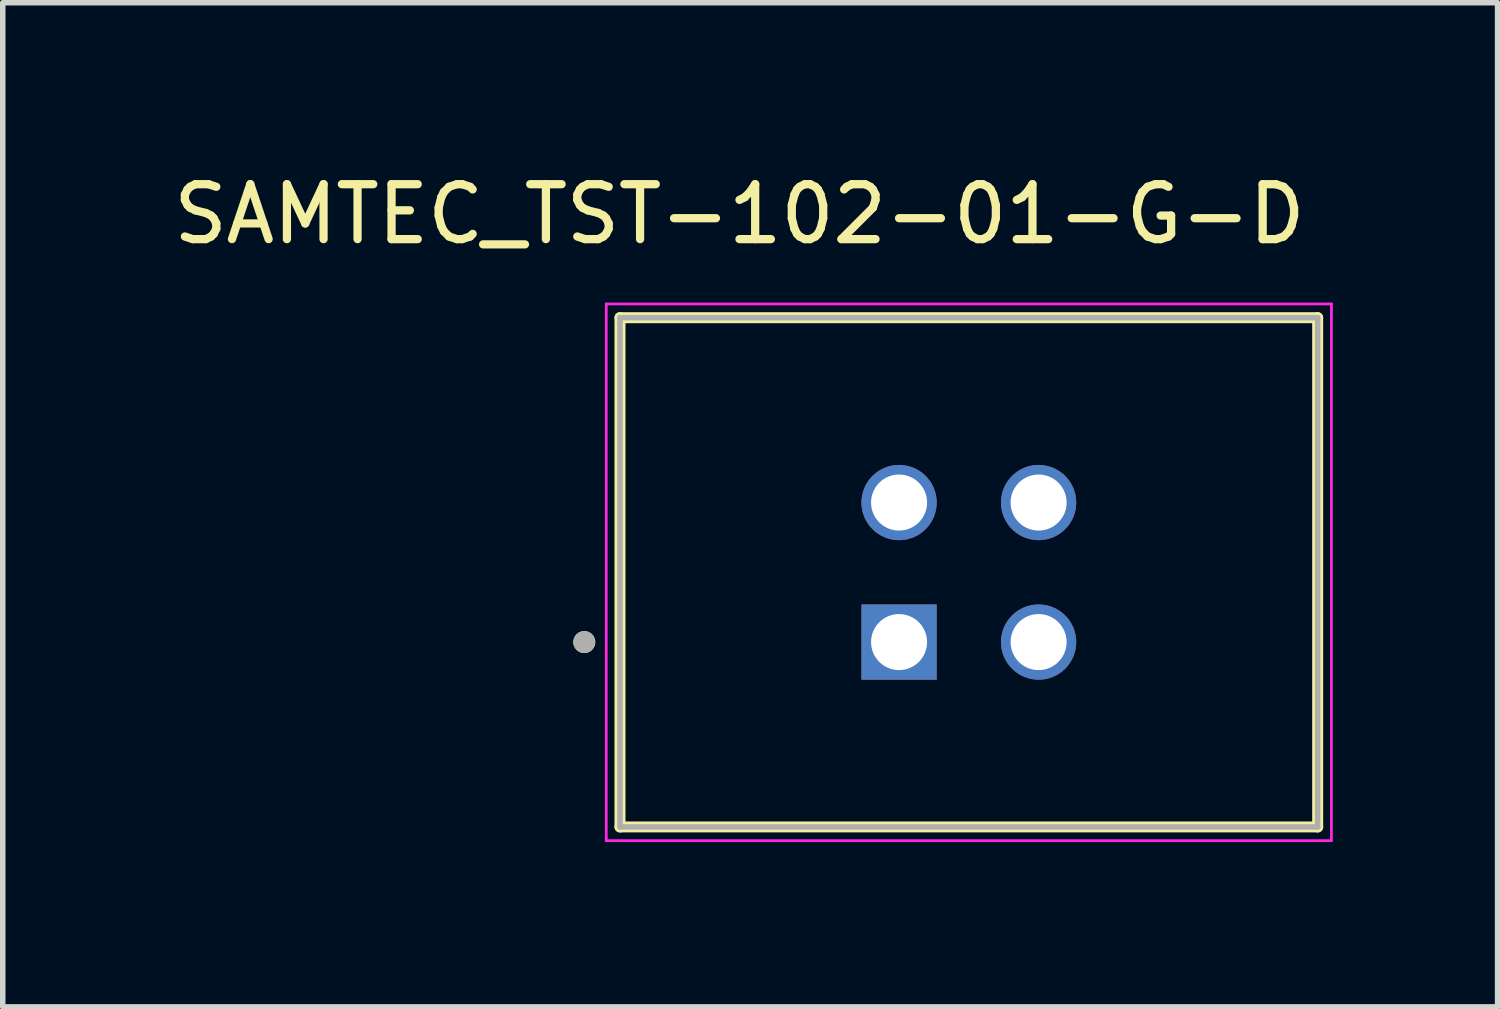
<source format=kicad_pcb>
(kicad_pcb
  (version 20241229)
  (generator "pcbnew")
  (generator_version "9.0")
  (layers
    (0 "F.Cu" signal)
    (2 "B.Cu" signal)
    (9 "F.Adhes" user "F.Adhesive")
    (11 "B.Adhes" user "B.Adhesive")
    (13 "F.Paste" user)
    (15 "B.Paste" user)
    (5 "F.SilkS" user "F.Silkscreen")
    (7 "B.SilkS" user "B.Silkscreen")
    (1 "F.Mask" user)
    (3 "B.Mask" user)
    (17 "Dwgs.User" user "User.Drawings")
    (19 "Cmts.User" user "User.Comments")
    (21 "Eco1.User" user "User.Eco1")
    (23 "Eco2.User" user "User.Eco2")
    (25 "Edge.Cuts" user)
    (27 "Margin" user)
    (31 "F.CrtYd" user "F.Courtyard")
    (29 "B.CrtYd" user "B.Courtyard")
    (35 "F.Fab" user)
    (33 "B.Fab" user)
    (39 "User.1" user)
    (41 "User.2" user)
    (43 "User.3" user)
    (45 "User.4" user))
  (footprint "SAMTEC_TST-102-01-G-D"
    (layer "F.Cu")
    (at 13.316 8.638)
    (property "Reference" "SAMTEC_TST-102-01-G-D" (at -2.905 -7.79 0) (layer "F.SilkS") (effects (font (size 1 1) (thickness 0.15))))
    (attr through_hole)
    (fp_line (start -5.08 3.365) (end -5.08 -5.905) (stroke (width 0.2) (type solid)) (layer "F.SilkS"))
    (fp_line (start 7.62 -5.905) (end -5.08 -5.905) (stroke (width 0.2) (type solid)) (layer "F.SilkS"))
    (fp_line (start 7.62 -5.905) (end 7.62 3.365) (stroke (width 0.2) (type solid)) (layer "F.SilkS"))
    (fp_line (start 7.62 3.365) (end -5.08 3.365) (stroke (width 0.2) (type solid)) (layer "F.SilkS"))
    (fp_circle (center -5.73 0) (end -5.63 0) (stroke (width 0.2) (type solid)) (fill no) (layer "F.SilkS"))
    (fp_line (start -5.33 -6.155) (end 7.87 -6.155) (stroke (width 0.05) (type solid)) (layer "F.CrtYd"))
    (fp_line (start -5.33 3.615) (end -5.33 -6.155) (stroke (width 0.05) (type solid)) (layer "F.CrtYd"))
    (fp_line (start 7.87 -6.155) (end 7.87 3.615) (stroke (width 0.05) (type solid)) (layer "F.CrtYd"))
    (fp_line (start 7.87 3.615) (end -5.33 3.615) (stroke (width 0.05) (type solid)) (layer "F.CrtYd"))
    (fp_line (start -5.08 -5.905) (end 7.62 -5.905) (stroke (width 0.1) (type solid)) (layer "F.Fab"))
    (fp_line (start -5.08 3.365) (end -5.08 -5.905) (stroke (width 0.1) (type solid)) (layer "F.Fab"))
    (fp_line (start 7.62 -5.905) (end 7.62 3.365) (stroke (width 0.1) (type solid)) (layer "F.Fab"))
    (fp_line (start 7.62 3.365) (end -5.08 3.365) (stroke (width 0.1) (type solid)) (layer "F.Fab"))
    (fp_circle (center -5.73 0) (end -5.63 0) (stroke (width 0.2) (type solid)) (fill no) (layer "F.Fab"))
    (pad "01" thru_hole rect (at 0 0) (size 1.37 1.37) (drill 1.02) (layers "*.Cu" "*.Mask"))
    (pad "02" thru_hole circle (at 0 -2.54) (size 1.37 1.37) (drill 1.02) (layers "*.Cu" "*.Mask"))
    (pad "03" thru_hole circle (at 2.54 0) (size 1.37 1.37) (drill 1.02) (layers "*.Cu" "*.Mask"))
    (pad "04" thru_hole circle (at 2.54 -2.54) (size 1.37 1.37) (drill 1.02) (layers "*.Cu" "*.Mask")))
  (gr_rect
    (start -3 -3)
    (end 24.211 15.278)
    (stroke (width 0.1) (type default))
    (fill no)
    (layer "Edge.Cuts")))
</source>
